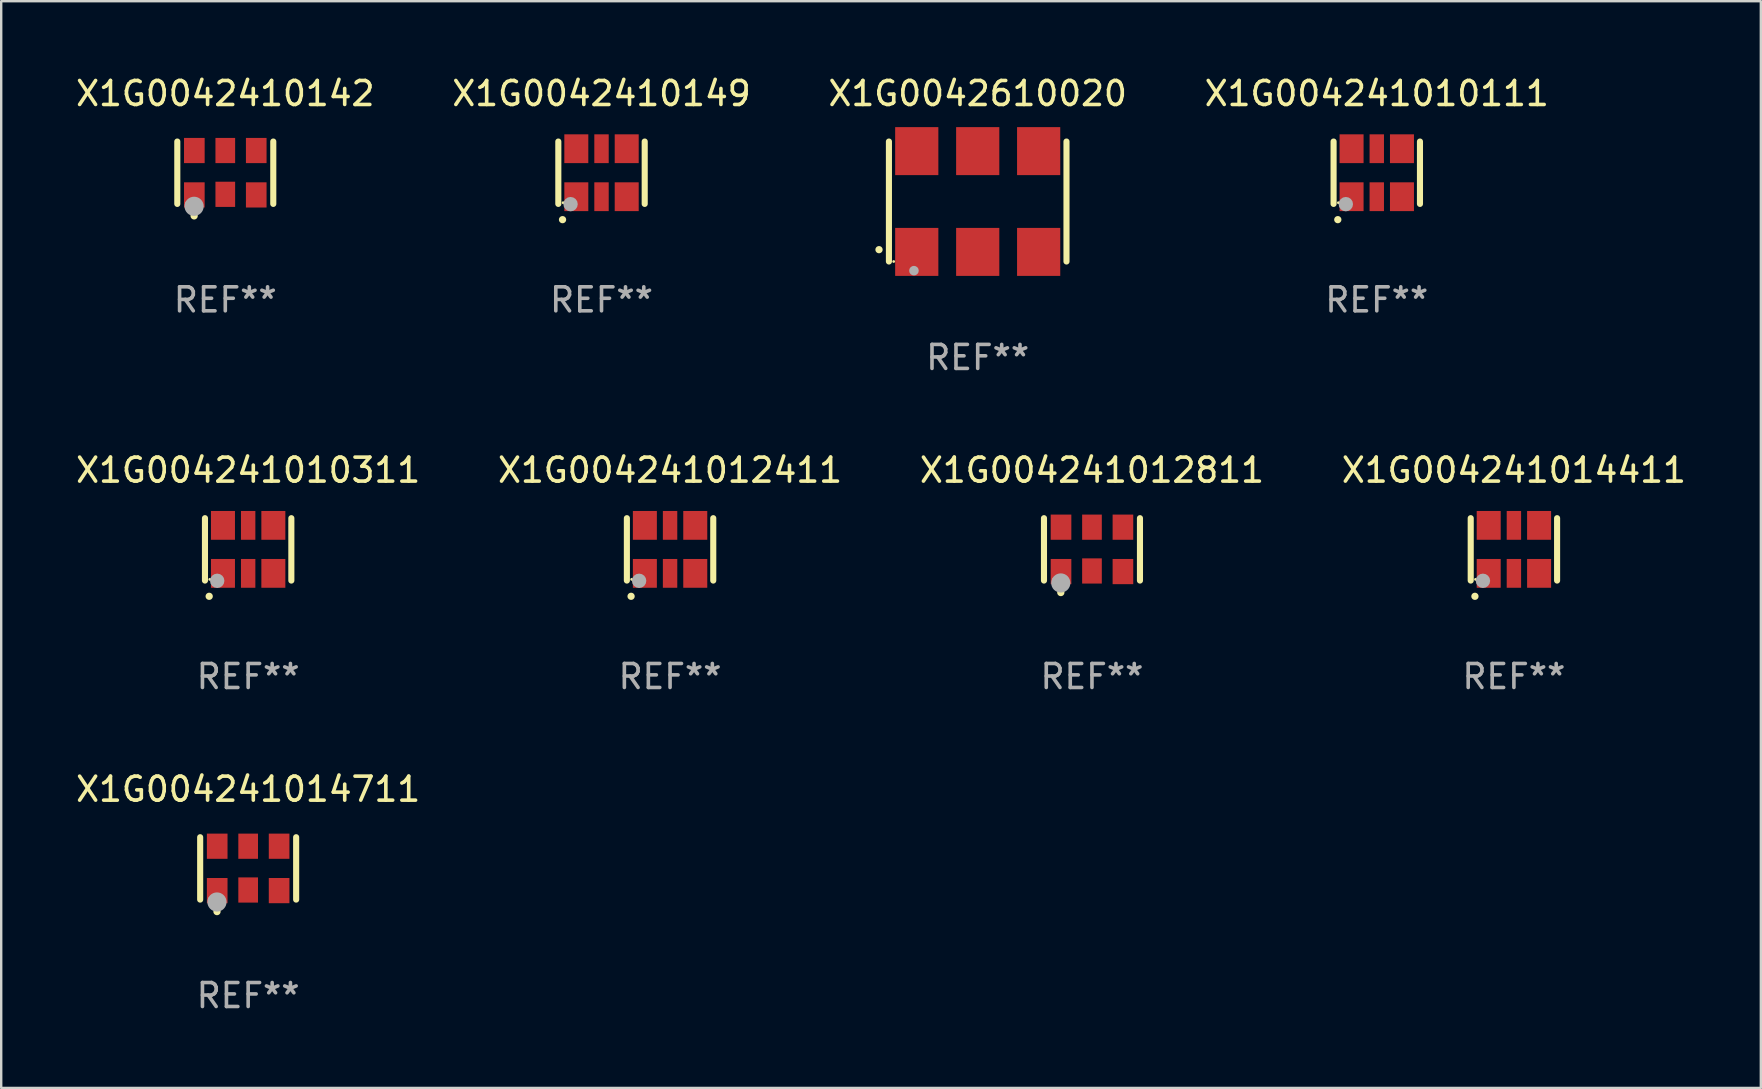
<source format=kicad_pcb>
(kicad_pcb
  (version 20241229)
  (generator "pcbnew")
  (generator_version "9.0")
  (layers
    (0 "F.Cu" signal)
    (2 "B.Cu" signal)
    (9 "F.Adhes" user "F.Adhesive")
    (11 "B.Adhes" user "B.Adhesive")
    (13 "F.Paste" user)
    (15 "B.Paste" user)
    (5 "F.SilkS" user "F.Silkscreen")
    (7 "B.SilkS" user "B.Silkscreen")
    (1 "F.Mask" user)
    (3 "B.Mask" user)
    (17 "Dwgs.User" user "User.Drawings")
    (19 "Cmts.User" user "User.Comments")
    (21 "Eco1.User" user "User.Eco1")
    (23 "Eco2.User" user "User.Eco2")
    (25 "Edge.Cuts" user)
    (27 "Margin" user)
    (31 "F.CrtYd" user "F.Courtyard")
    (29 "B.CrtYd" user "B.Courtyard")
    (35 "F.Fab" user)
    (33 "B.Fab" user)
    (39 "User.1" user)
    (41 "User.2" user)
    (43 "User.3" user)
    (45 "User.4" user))
  (footprint "X1G004241014411"
    (layer "F.Cu")
    (at 60.042 19.845)
    (property "Reference" "X1G004241014411" (at 0 -3.3 0) (layer "F.SilkS") (effects (font (size 1 1) (thickness 0.15))))
    (attr through_hole)
    (fp_line (start -1.8 -1.3) (end -1.8 1.3) (stroke (width 0.254) (type solid)) (layer "F.SilkS"))
    (fp_line (start 1.8 -1.3) (end 1.8 1.3) (stroke (width 0.254) (type solid)) (layer "F.SilkS"))
    (fp_arc (start -1.625603 1.955804) (mid -1.624333 1.955799) (end -1.623063 1.955804) (stroke (width 0.3) (type solid)) (layer "F.SilkS"))
    (fp_circle (center -1.6 1.25) (end -1.57 1.25) (stroke (width 0.06) (type solid)) (fill no) (layer "F.SilkS"))
    (fp_circle (center -1.29 1.31) (end -1.14 1.31) (stroke (width 0.3) (type solid)) (fill no) (layer "F.Fab"))
    (fp_text user "REF**" (at 0 5.3 0) (layer "F.Fab") (effects (font (size 1 1) (thickness 0.15))))
    (pad "1" smd rect (at -1.05 1) (size 1 1.2) (layers "F.Cu" "F.Mask" "F.Paste"))
    (pad "2" smd rect (at 0 1) (size 0.6 1.2) (layers "F.Cu" "F.Mask" "F.Paste"))
    (pad "3" smd rect (at 1.05 1) (size 1 1.2) (layers "F.Cu" "F.Mask" "F.Paste"))
    (pad "4" smd rect (at 1.05 -1) (size 1 1.2) (layers "F.Cu" "F.Mask" "F.Paste"))
    (pad "5" smd rect (at 0 -1) (size 0.6 1.2) (layers "F.Cu" "F.Mask" "F.Paste"))
    (pad "6" smd rect (at -1.05 -1) (size 1 1.2) (layers "F.Cu" "F.Mask" "F.Paste")))
  (footprint "X1G004241010311"
    (layer "F.Cu")
    (at 7.292 19.845)
    (property "Reference" "X1G004241010311" (at 0 -3.3 0) (layer "F.SilkS") (effects (font (size 1 1) (thickness 0.15))))
    (attr through_hole)
    (fp_line (start -1.8 -1.3) (end -1.8 1.3) (stroke (width 0.254) (type solid)) (layer "F.SilkS"))
    (fp_line (start 1.8 -1.3) (end 1.8 1.3) (stroke (width 0.254) (type solid)) (layer "F.SilkS"))
    (fp_arc (start -1.625603 1.955804) (mid -1.624333 1.955799) (end -1.623063 1.955804) (stroke (width 0.3) (type solid)) (layer "F.SilkS"))
    (fp_circle (center -1.6 1.25) (end -1.57 1.25) (stroke (width 0.06) (type solid)) (fill no) (layer "F.SilkS"))
    (fp_circle (center -1.29 1.31) (end -1.14 1.31) (stroke (width 0.3) (type solid)) (fill no) (layer "F.Fab"))
    (fp_text user "REF**" (at 0 5.3 0) (layer "F.Fab") (effects (font (size 1 1) (thickness 0.15))))
    (pad "1" smd rect (at -1.05 1) (size 1 1.2) (layers "F.Cu" "F.Mask" "F.Paste"))
    (pad "2" smd rect (at 0 1) (size 0.6 1.2) (layers "F.Cu" "F.Mask" "F.Paste"))
    (pad "3" smd rect (at 1.05 1) (size 1 1.2) (layers "F.Cu" "F.Mask" "F.Paste"))
    (pad "4" smd rect (at 1.05 -1) (size 1 1.2) (layers "F.Cu" "F.Mask" "F.Paste"))
    (pad "5" smd rect (at 0 -1) (size 0.6 1.2) (layers "F.Cu" "F.Mask" "F.Paste"))
    (pad "6" smd rect (at -1.05 -1) (size 1 1.2) (layers "F.Cu" "F.Mask" "F.Paste")))
  (footprint "X1G0042410149"
    (layer "F.Cu")
    (at 22.018 4.148)
    (property "Reference" "X1G0042410149" (at 0 -3.3 0) (layer "F.SilkS") (effects (font (size 1 1) (thickness 0.15))))
    (attr through_hole)
    (fp_line (start -1.8 -1.3) (end -1.8 1.3) (stroke (width 0.254) (type solid)) (layer "F.SilkS"))
    (fp_line (start 1.8 -1.3) (end 1.8 1.3) (stroke (width 0.254) (type solid)) (layer "F.SilkS"))
    (fp_arc (start -1.625603 1.955804) (mid -1.624333 1.955799) (end -1.623063 1.955804) (stroke (width 0.3) (type solid)) (layer "F.SilkS"))
    (fp_circle (center -1.6 1.25) (end -1.57 1.25) (stroke (width 0.06) (type solid)) (fill no) (layer "F.SilkS"))
    (fp_circle (center -1.29 1.31) (end -1.14 1.31) (stroke (width 0.3) (type solid)) (fill no) (layer "F.Fab"))
    (fp_text user "REF**" (at 0 5.3 0) (layer "F.Fab") (effects (font (size 1 1) (thickness 0.15))))
    (pad "1" smd rect (at -1.05 1) (size 1 1.2) (layers "F.Cu" "F.Mask" "F.Paste"))
    (pad "2" smd rect (at 0 1) (size 0.6 1.2) (layers "F.Cu" "F.Mask" "F.Paste"))
    (pad "3" smd rect (at 1.05 1) (size 1 1.2) (layers "F.Cu" "F.Mask" "F.Paste"))
    (pad "4" smd rect (at 1.05 -1) (size 1 1.2) (layers "F.Cu" "F.Mask" "F.Paste"))
    (pad "5" smd rect (at 0 -1) (size 0.6 1.2) (layers "F.Cu" "F.Mask" "F.Paste"))
    (pad "6" smd rect (at -1.05 -1) (size 1 1.2) (layers "F.Cu" "F.Mask" "F.Paste")))
  (footprint "X1G0042610020"
    (layer "F.Cu")
    (at 37.696 5.348)
    (property "Reference" "X1G0042610020" (at 0 -4.5 0) (layer "F.SilkS") (effects (font (size 1 1) (thickness 0.15))))
    (attr through_hole)
    (fp_line (start -3.7 -2.5) (end -3.7 2.5) (stroke (width 0.254) (type solid)) (layer "F.SilkS"))
    (fp_line (start 3.7 -2.5) (end 3.7 2.5) (stroke (width 0.254) (type solid)) (layer "F.SilkS"))
    (fp_arc (start -4.114415 2.006604) (mid -4.113145 2.006599) (end -4.111875 2.006604) (stroke (width 0.3) (type solid)) (layer "F.SilkS"))
    (fp_circle (center -3.502 2.5) (end -3.472 2.5) (stroke (width 0.06) (type solid)) (fill no) (layer "F.SilkS"))
    (fp_circle (center -2.657 2.882) (end -2.557 2.882) (stroke (width 0.2) (type solid)) (fill no) (layer "F.Fab"))
    (fp_text user "REF**" (at 0 6.5 0) (layer "F.Fab") (effects (font (size 1 1) (thickness 0.15))))
    (pad "1" smd rect (at -2.54 2.1) (size 1.8 2) (layers "F.Cu" "F.Mask" "F.Paste"))
    (pad "2" smd rect (at 0.000394 2.1) (size 1.8 2) (layers "F.Cu" "F.Mask" "F.Paste"))
    (pad "3" smd rect (at 2.54 2.1) (size 1.8 2) (layers "F.Cu" "F.Mask" "F.Paste"))
    (pad "4" smd rect (at 2.54 -2.1) (size 1.8 2) (layers "F.Cu" "F.Mask" "F.Paste"))
    (pad "5" smd rect (at 0.000394 -2.1) (size 1.8 2) (layers "F.Cu" "F.Mask" "F.Paste"))
    (pad "6" smd rect (at -2.54 -2.1) (size 1.8 2) (layers "F.Cu" "F.Mask" "F.Paste")))
  (footprint "X1G004241012411"
    (layer "F.Cu")
    (at 24.875 19.845)
    (property "Reference" "X1G004241012411" (at 0 -3.3 0) (layer "F.SilkS") (effects (font (size 1 1) (thickness 0.15))))
    (attr through_hole)
    (fp_line (start -1.8 -1.3) (end -1.8 1.3) (stroke (width 0.254) (type solid)) (layer "F.SilkS"))
    (fp_line (start 1.8 -1.3) (end 1.8 1.3) (stroke (width 0.254) (type solid)) (layer "F.SilkS"))
    (fp_arc (start -1.625603 1.955804) (mid -1.624333 1.955799) (end -1.623063 1.955804) (stroke (width 0.3) (type solid)) (layer "F.SilkS"))
    (fp_circle (center -1.6 1.25) (end -1.57 1.25) (stroke (width 0.06) (type solid)) (fill no) (layer "F.SilkS"))
    (fp_circle (center -1.29 1.31) (end -1.14 1.31) (stroke (width 0.3) (type solid)) (fill no) (layer "F.Fab"))
    (fp_text user "REF**" (at 0 5.3 0) (layer "F.Fab") (effects (font (size 1 1) (thickness 0.15))))
    (pad "1" smd rect (at -1.05 1) (size 1 1.2) (layers "F.Cu" "F.Mask" "F.Paste"))
    (pad "2" smd rect (at 0 1) (size 0.6 1.2) (layers "F.Cu" "F.Mask" "F.Paste"))
    (pad "3" smd rect (at 1.05 1) (size 1 1.2) (layers "F.Cu" "F.Mask" "F.Paste"))
    (pad "4" smd rect (at 1.05 -1) (size 1 1.2) (layers "F.Cu" "F.Mask" "F.Paste"))
    (pad "5" smd rect (at 0 -1) (size 0.6 1.2) (layers "F.Cu" "F.Mask" "F.Paste"))
    (pad "6" smd rect (at -1.05 -1) (size 1 1.2) (layers "F.Cu" "F.Mask" "F.Paste")))
  (footprint "X1G004241010111"
    (layer "F.Cu")
    (at 54.327 4.148)
    (property "Reference" "X1G004241010111" (at 0 -3.3 0) (layer "F.SilkS") (effects (font (size 1 1) (thickness 0.15))))
    (attr through_hole)
    (fp_line (start -1.8 -1.3) (end -1.8 1.3) (stroke (width 0.254) (type solid)) (layer "F.SilkS"))
    (fp_line (start 1.8 -1.3) (end 1.8 1.3) (stroke (width 0.254) (type solid)) (layer "F.SilkS"))
    (fp_arc (start -1.625603 1.955804) (mid -1.624333 1.955799) (end -1.623063 1.955804) (stroke (width 0.3) (type solid)) (layer "F.SilkS"))
    (fp_circle (center -1.6 1.25) (end -1.57 1.25) (stroke (width 0.06) (type solid)) (fill no) (layer "F.SilkS"))
    (fp_circle (center -1.29 1.31) (end -1.14 1.31) (stroke (width 0.3) (type solid)) (fill no) (layer "F.Fab"))
    (fp_text user "REF**" (at 0 5.3 0) (layer "F.Fab") (effects (font (size 1 1) (thickness 0.15))))
    (pad "1" smd rect (at -1.05 1) (size 1 1.2) (layers "F.Cu" "F.Mask" "F.Paste"))
    (pad "2" smd rect (at 0 1) (size 0.6 1.2) (layers "F.Cu" "F.Mask" "F.Paste"))
    (pad "3" smd rect (at 1.05 1) (size 1 1.2) (layers "F.Cu" "F.Mask" "F.Paste"))
    (pad "4" smd rect (at 1.05 -1) (size 1 1.2) (layers "F.Cu" "F.Mask" "F.Paste"))
    (pad "5" smd rect (at 0 -1) (size 0.6 1.2) (layers "F.Cu" "F.Mask" "F.Paste"))
    (pad "6" smd rect (at -1.05 -1) (size 1 1.2) (layers "F.Cu" "F.Mask" "F.Paste")))
  (footprint "X1G004241014711"
    (layer "F.Cu")
    (at 7.292 33.141)
    (property "Reference" "X1G004241014711" (at 0 -3.3 0) (layer "F.SilkS") (effects (font (size 1 1) (thickness 0.15))))
    (attr through_hole)
    (fp_line (start -2 -1.3) (end -2 1.3) (stroke (width 0.254) (type solid)) (layer "F.SilkS"))
    (fp_line (start 2 -1.3) (end 2 1.3) (stroke (width 0.254) (type solid)) (layer "F.SilkS"))
    (fp_arc (start -1.3 1.8) (mid -1.29873 1.799995) (end -1.29746 1.8) (stroke (width 0.3) (type solid)) (layer "F.SilkS"))
    (fp_circle (center -1.6 1.25) (end -1.57 1.25) (stroke (width 0.06) (type solid)) (fill no) (layer "F.SilkS"))
    (fp_circle (center -1.3 1.4) (end -1.1 1.4) (stroke (width 0.4) (type solid)) (fill no) (layer "F.Fab"))
    (fp_text user "REF**" (at 0 5.3 0) (layer "F.Fab") (effects (font (size 1 1) (thickness 0.15))))
    (pad "1" smd rect (at -1.29 0.925) (size 0.86 1.05) (layers "F.Cu" "F.Mask" "F.Paste"))
    (pad "2" smd rect (at 0 0.9) (size 0.82 1.05) (layers "F.Cu" "F.Mask" "F.Paste"))
    (pad "3" smd rect (at 1.29 0.925) (size 0.86 1.05) (layers "F.Cu" "F.Mask" "F.Paste"))
    (pad "4" smd rect (at 1.29 -0.925) (size 0.86 1.05) (layers "F.Cu" "F.Mask" "F.Paste"))
    (pad "5" smd rect (at 0 -0.925) (size 0.82 1.05) (layers "F.Cu" "F.Mask" "F.Paste"))
    (pad "6" smd rect (at -1.29 -0.925) (size 0.86 1.05) (layers "F.Cu" "F.Mask" "F.Paste")))
  (footprint "X1G0042410142"
    (layer "F.Cu")
    (at 6.339 4.148)
    (property "Reference" "X1G0042410142" (at 0 -3.3 0) (layer "F.SilkS") (effects (font (size 1 1) (thickness 0.15))))
    (attr through_hole)
    (fp_line (start -2 -1.3) (end -2 1.3) (stroke (width 0.254) (type solid)) (layer "F.SilkS"))
    (fp_line (start 2 -1.3) (end 2 1.3) (stroke (width 0.254) (type solid)) (layer "F.SilkS"))
    (fp_arc (start -1.3 1.8) (mid -1.29873 1.799995) (end -1.29746 1.8) (stroke (width 0.3) (type solid)) (layer "F.SilkS"))
    (fp_circle (center -1.6 1.25) (end -1.57 1.25) (stroke (width 0.06) (type solid)) (fill no) (layer "F.SilkS"))
    (fp_circle (center -1.3 1.4) (end -1.1 1.4) (stroke (width 0.4) (type solid)) (fill no) (layer "F.Fab"))
    (fp_text user "REF**" (at 0 5.3 0) (layer "F.Fab") (effects (font (size 1 1) (thickness 0.15))))
    (pad "1" smd rect (at -1.29 0.925) (size 0.86 1.05) (layers "F.Cu" "F.Mask" "F.Paste"))
    (pad "2" smd rect (at 0 0.9) (size 0.82 1.05) (layers "F.Cu" "F.Mask" "F.Paste"))
    (pad "3" smd rect (at 1.29 0.925) (size 0.86 1.05) (layers "F.Cu" "F.Mask" "F.Paste"))
    (pad "4" smd rect (at 1.29 -0.925) (size 0.86 1.05) (layers "F.Cu" "F.Mask" "F.Paste"))
    (pad "5" smd rect (at 0 -0.925) (size 0.82 1.05) (layers "F.Cu" "F.Mask" "F.Paste"))
    (pad "6" smd rect (at -1.29 -0.925) (size 0.86 1.05) (layers "F.Cu" "F.Mask" "F.Paste")))
  (footprint "X1G004241012811"
    (layer "F.Cu")
    (at 42.458 19.845)
    (property "Reference" "X1G004241012811" (at 0 -3.3 0) (layer "F.SilkS") (effects (font (size 1 1) (thickness 0.15))))
    (attr through_hole)
    (fp_line (start -2 -1.3) (end -2 1.3) (stroke (width 0.254) (type solid)) (layer "F.SilkS"))
    (fp_line (start 2 -1.3) (end 2 1.3) (stroke (width 0.254) (type solid)) (layer "F.SilkS"))
    (fp_arc (start -1.3 1.8) (mid -1.29873 1.799995) (end -1.29746 1.8) (stroke (width 0.3) (type solid)) (layer "F.SilkS"))
    (fp_circle (center -1.6 1.25) (end -1.57 1.25) (stroke (width 0.06) (type solid)) (fill no) (layer "F.SilkS"))
    (fp_circle (center -1.3 1.4) (end -1.1 1.4) (stroke (width 0.4) (type solid)) (fill no) (layer "F.Fab"))
    (fp_text user "REF**" (at 0 5.3 0) (layer "F.Fab") (effects (font (size 1 1) (thickness 0.15))))
    (pad "1" smd rect (at -1.29 0.925) (size 0.86 1.05) (layers "F.Cu" "F.Mask" "F.Paste"))
    (pad "2" smd rect (at 0 0.9) (size 0.82 1.05) (layers "F.Cu" "F.Mask" "F.Paste"))
    (pad "3" smd rect (at 1.29 0.925) (size 0.86 1.05) (layers "F.Cu" "F.Mask" "F.Paste"))
    (pad "4" smd rect (at 1.29 -0.925) (size 0.86 1.05) (layers "F.Cu" "F.Mask" "F.Paste"))
    (pad "5" smd rect (at 0 -0.925) (size 0.82 1.05) (layers "F.Cu" "F.Mask" "F.Paste"))
    (pad "6" smd rect (at -1.29 -0.925) (size 0.86 1.05) (layers "F.Cu" "F.Mask" "F.Paste")))
  (gr_rect
    (start -3 -3)
    (end 70.333 42.289)
    (stroke (width 0.1) (type default))
    (fill no)
    (layer "Edge.Cuts")))
</source>
